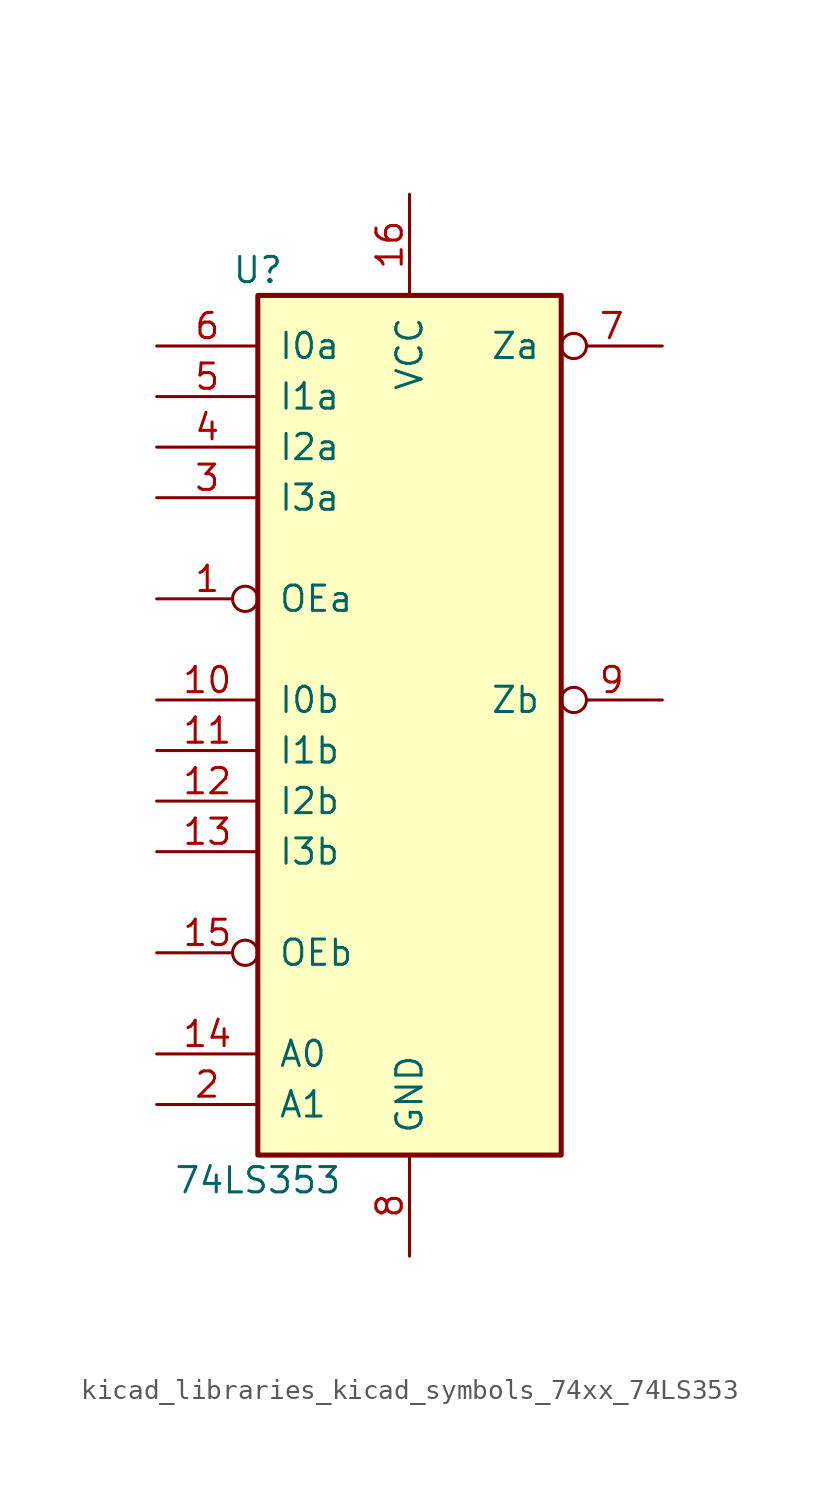
<source format=kicad_sym>
(kicad_symbol_lib
  (version 20220914)
  (generator kicad_symbol_editor)
  (symbol "kicad_libraries_kicad_symbols_74xx_74LS353"
    (pin_names
      (offset 1.016))
    (property "Reference" "U"
      (at -7.62 21.59 0)
      (effects (font (size 1.27 1.27))))
    (property "Value" "74LS353"
      (at -7.62 -24.13 0)
      (effects (font (size 1.27 1.27))))
    (property "ki_locked" ""
      (at 0 0 0)
      (effects (font (size 1.27 1.27))))
    (symbol "kicad_libraries_kicad_symbols_74xx_74LS353_1_0"
      (pin input inverted (at -12.7 5.08 0) (length 5.08) (name "OEa" (effects (font (size 1.27 1.27)))) (number "1" (effects (font (size 1.27 1.27)))))
      (pin input line (at -12.7 0 0) (length 5.08) (name "I0b" (effects (font (size 1.27 1.27)))) (number "10" (effects (font (size 1.27 1.27)))))
      (pin input line (at -12.7 -2.54 0) (length 5.08) (name "I1b" (effects (font (size 1.27 1.27)))) (number "11" (effects (font (size 1.27 1.27)))))
      (pin input line (at -12.7 -5.08 0) (length 5.08) (name "I2b" (effects (font (size 1.27 1.27)))) (number "12" (effects (font (size 1.27 1.27)))))
      (pin input line (at -12.7 -7.62 0) (length 5.08) (name "I3b" (effects (font (size 1.27 1.27)))) (number "13" (effects (font (size 1.27 1.27)))))
      (pin input line (at -12.7 -17.78 0) (length 5.08) (name "A0" (effects (font (size 1.27 1.27)))) (number "14" (effects (font (size 1.27 1.27)))))
      (pin input inverted (at -12.7 -12.7 0) (length 5.08) (name "OEb" (effects (font (size 1.27 1.27)))) (number "15" (effects (font (size 1.27 1.27)))))
      (pin power_in line (at 0 25.4 270) (length 5.08) (name "VCC" (effects (font (size 1.27 1.27)))) (number "16" (effects (font (size 1.27 1.27)))))
      (pin input line (at -12.7 -20.32 0) (length 5.08) (name "A1" (effects (font (size 1.27 1.27)))) (number "2" (effects (font (size 1.27 1.27)))))
      (pin input line (at -12.7 10.16 0) (length 5.08) (name "I3a" (effects (font (size 1.27 1.27)))) (number "3" (effects (font (size 1.27 1.27)))))
      (pin input line (at -12.7 12.7 0) (length 5.08) (name "I2a" (effects (font (size 1.27 1.27)))) (number "4" (effects (font (size 1.27 1.27)))))
      (pin input line (at -12.7 15.24 0) (length 5.08) (name "I1a" (effects (font (size 1.27 1.27)))) (number "5" (effects (font (size 1.27 1.27)))))
      (pin input line (at -12.7 17.78 0) (length 5.08) (name "I0a" (effects (font (size 1.27 1.27)))) (number "6" (effects (font (size 1.27 1.27)))))
      (pin tri_state inverted (at 12.7 17.78 180) (length 5.08) (name "Za" (effects (font (size 1.27 1.27)))) (number "7" (effects (font (size 1.27 1.27)))))
      (pin power_in line (at 0 -27.94 90) (length 5.08) (name "GND" (effects (font (size 1.27 1.27)))) (number "8" (effects (font (size 1.27 1.27)))))
      (pin tri_state inverted (at 12.7 0 180) (length 5.08) (name "Zb" (effects (font (size 1.27 1.27)))) (number "9" (effects (font (size 1.27 1.27))))))
    (symbol "kicad_libraries_kicad_symbols_74xx_74LS353_1_1"
      (rectangle (start -7.62 20.32) (end 7.62 -22.86) (stroke (width 0.254) (type default)) (fill (type background))))))
</source>
